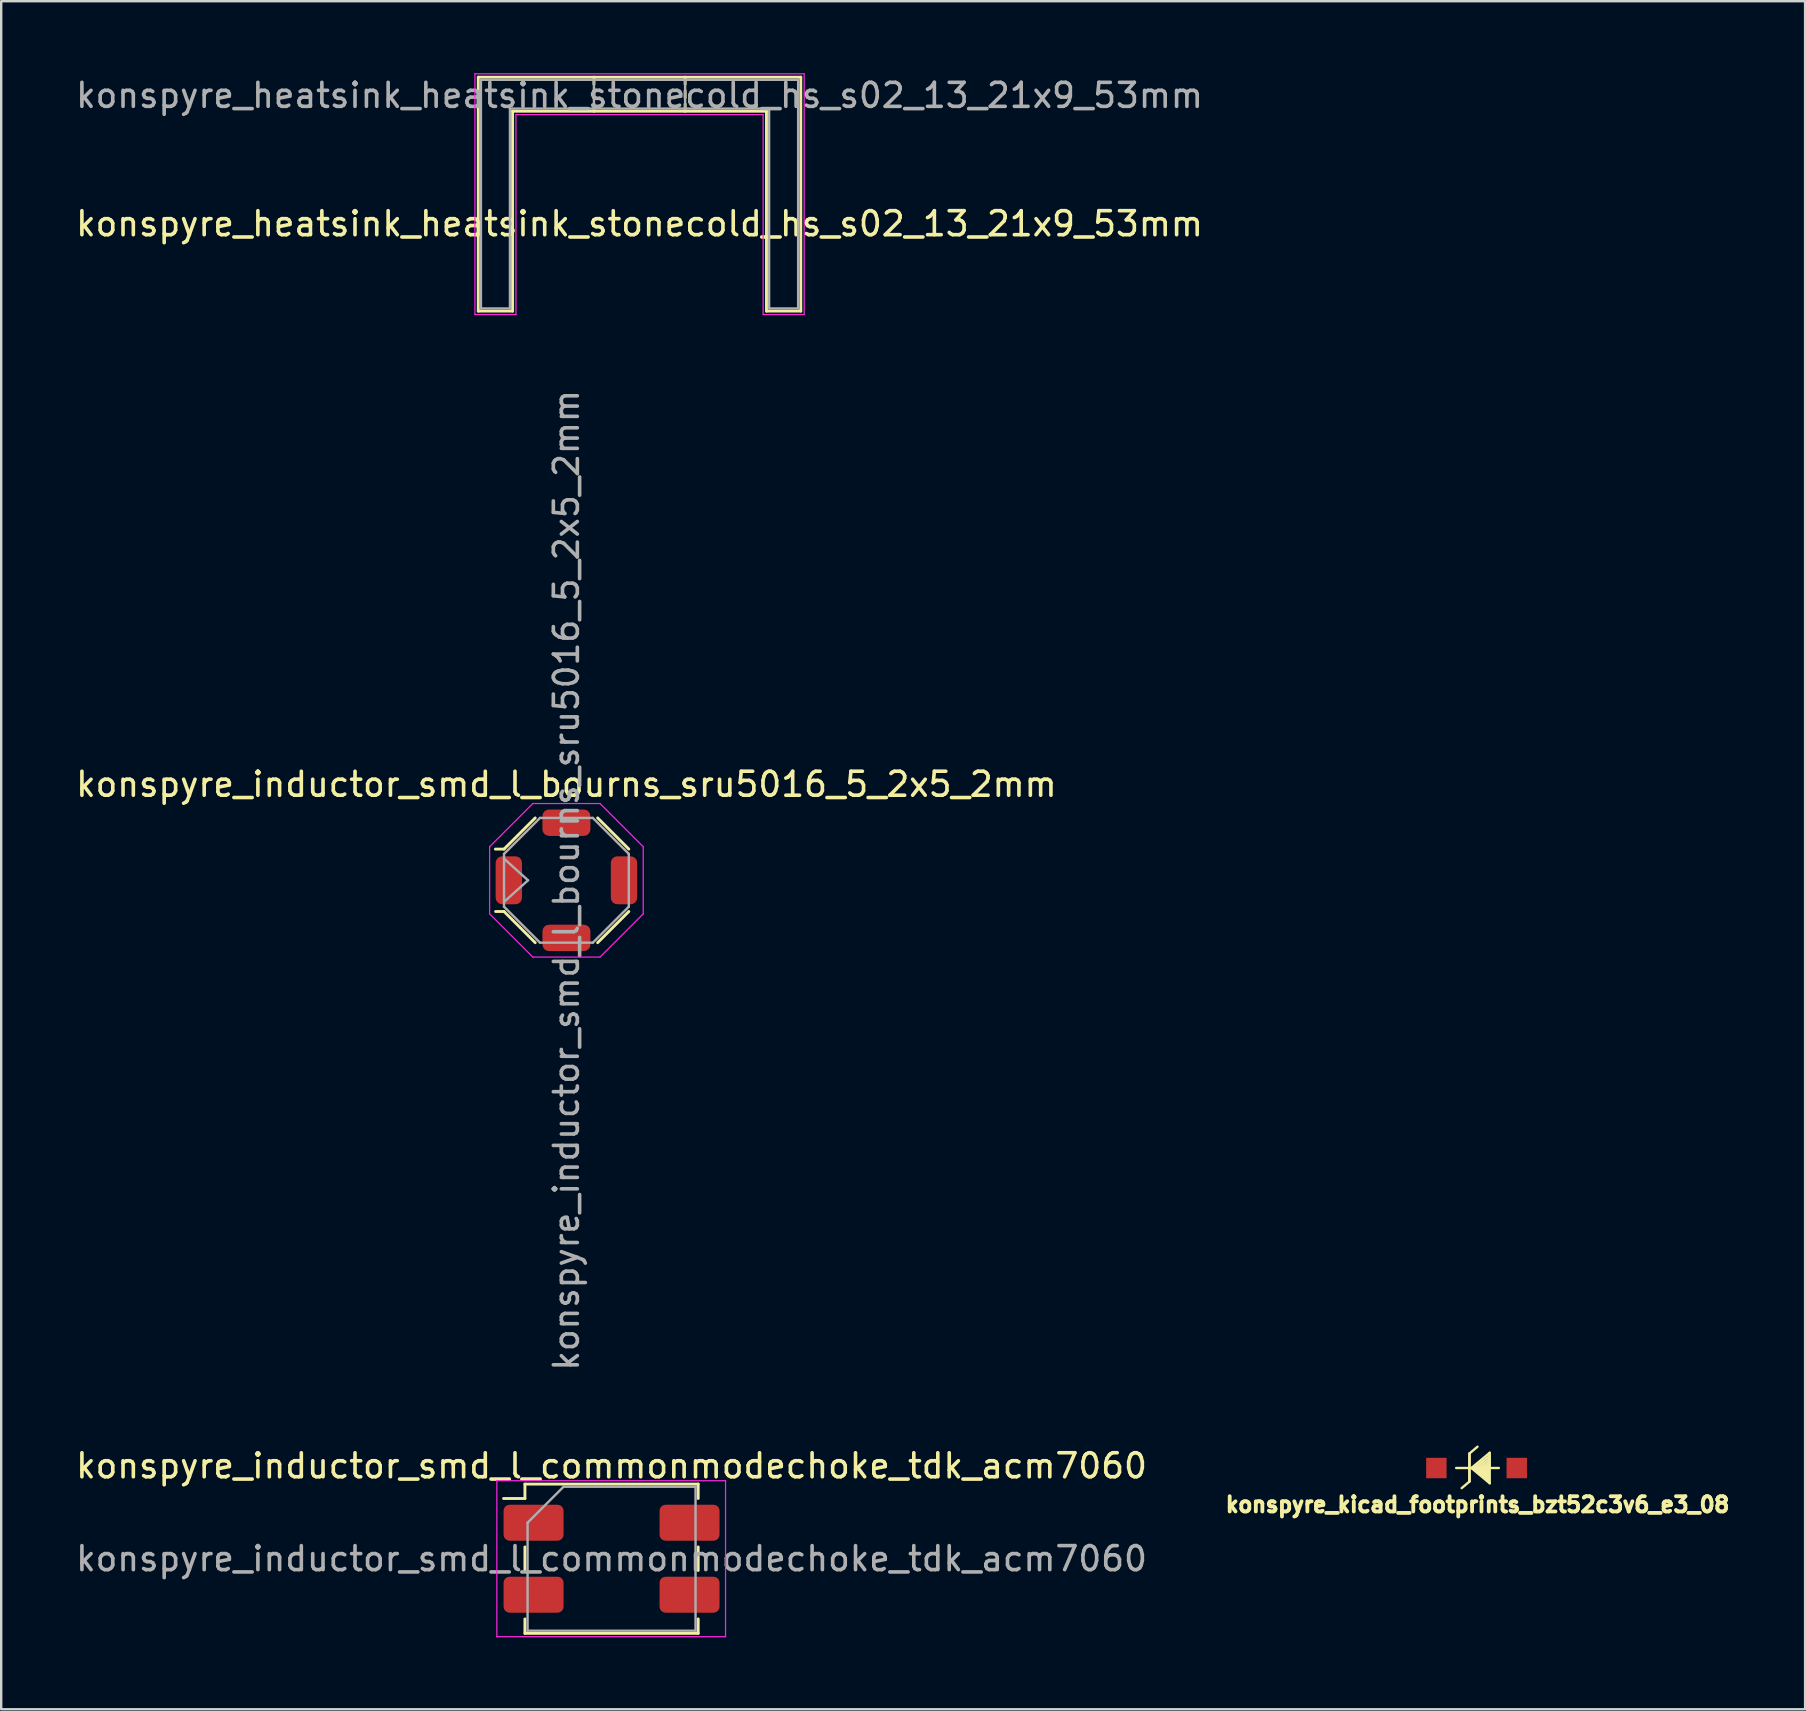
<source format=kicad_pcb>
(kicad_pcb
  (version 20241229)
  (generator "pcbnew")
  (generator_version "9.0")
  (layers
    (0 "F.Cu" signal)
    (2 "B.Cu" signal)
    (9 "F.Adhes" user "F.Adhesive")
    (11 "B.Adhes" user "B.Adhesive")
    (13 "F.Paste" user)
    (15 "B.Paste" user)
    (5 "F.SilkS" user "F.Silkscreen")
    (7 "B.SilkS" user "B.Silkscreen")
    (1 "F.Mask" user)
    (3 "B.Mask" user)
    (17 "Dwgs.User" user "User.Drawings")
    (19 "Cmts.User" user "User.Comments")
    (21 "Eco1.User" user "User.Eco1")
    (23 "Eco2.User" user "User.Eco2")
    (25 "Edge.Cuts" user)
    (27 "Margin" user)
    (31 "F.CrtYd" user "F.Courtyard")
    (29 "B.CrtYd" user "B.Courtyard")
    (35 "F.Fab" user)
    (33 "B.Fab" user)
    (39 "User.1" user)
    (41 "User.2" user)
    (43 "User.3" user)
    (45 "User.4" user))
  (footprint "konspyre_inductor_smd_l_bourns_sru5016_5_2x5_2mm"
    (layer "F.Cu")
    (at 20.554 33.634)
    (property "Reference" "konspyre_inductor_smd_l_bourns_sru5016_5_2x5_2mm" (at 0 -4 0) (unlocked yes) (layer "F.SilkS") (effects (font (size 1 1) (thickness 0.15))))
    (attr smd)
    (fp_line (start -2.6 -1.3) (end -2.96 -1.3) (stroke (width 0.12) (type solid)) (layer "F.SilkS"))
    (fp_line (start -2.6 -1.3) (end -1.3 -2.6) (stroke (width 0.12) (type solid)) (layer "F.SilkS"))
    (fp_line (start -2.6 1.3) (end -2.95 1.3) (stroke (width 0.12) (type solid)) (layer "F.SilkS"))
    (fp_line (start -1.3 2.6) (end -2.6 1.3) (stroke (width 0.12) (type solid)) (layer "F.SilkS"))
    (fp_line (start 1.3 -2.6) (end 2.6 -1.3) (stroke (width 0.12) (type solid)) (layer "F.SilkS"))
    (fp_line (start 1.3 2.6) (end 2.6 1.3) (stroke (width 0.12) (type solid)) (layer "F.SilkS"))
    (fp_line (start -3.2 1.4) (end -3.2 -1.4) (stroke (width 0.05) (type solid)) (layer "F.CrtYd"))
    (fp_line (start -3.2 1.4) (end -1.4 3.2) (stroke (width 0.05) (type solid)) (layer "F.CrtYd"))
    (fp_line (start -1.4 -3.2) (end -3.2 -1.4) (stroke (width 0.05) (type solid)) (layer "F.CrtYd"))
    (fp_line (start -1.4 -3.2) (end 1.4 -3.2) (stroke (width 0.05) (type solid)) (layer "F.CrtYd"))
    (fp_line (start 1.4 -3.2) (end 3.2 -1.4) (stroke (width 0.05) (type solid)) (layer "F.CrtYd"))
    (fp_line (start 1.4 3.2) (end -1.4 3.2) (stroke (width 0.05) (type solid)) (layer "F.CrtYd"))
    (fp_line (start 1.4 3.2) (end 3.2 1.4) (stroke (width 0.05) (type solid)) (layer "F.CrtYd"))
    (fp_line (start 3.2 -1.4) (end 3.2 1.4) (stroke (width 0.05) (type solid)) (layer "F.CrtYd"))
    (fp_line (start -2.6 -1.1) (end -1.1 -2.6) (stroke (width 0.1) (type solid)) (layer "F.Fab"))
    (fp_line (start -2.6 -0.9) (end -1.6 0) (stroke (width 0.1) (type solid)) (layer "F.Fab"))
    (fp_line (start -2.6 1.1) (end -2.6 -1.1) (stroke (width 0.1) (type solid)) (layer "F.Fab"))
    (fp_line (start -1.6 0) (end -2.6 0.9) (stroke (width 0.1) (type solid)) (layer "F.Fab"))
    (fp_line (start -1.1 -2.6) (end 1.1 -2.6) (stroke (width 0.1) (type solid)) (layer "F.Fab"))
    (fp_line (start -1.1 2.6) (end -2.6 1.1) (stroke (width 0.1) (type solid)) (layer "F.Fab"))
    (fp_line (start 1.1 -2.6) (end 2.6 -1.1) (stroke (width 0.1) (type solid)) (layer "F.Fab"))
    (fp_line (start 1.1 2.6) (end -1.1 2.6) (stroke (width 0.1) (type solid)) (layer "F.Fab"))
    (fp_line (start 2.6 -1.1) (end 2.6 1.1) (stroke (width 0.1) (type solid)) (layer "F.Fab"))
    (fp_line (start 2.6 1.1) (end 1.1 2.6) (stroke (width 0.1) (type solid)) (layer "F.Fab"))
    (fp_text user "${REFERENCE}" (at 0 0 90) (layer "F.Fab") (effects (font (size 1 1) (thickness 0.15))))
    (pad "1" smd roundrect (at -2.4 0) (size 1.1 2) (layers "F.Cu" "F.Mask" "F.Paste") (roundrect_rratio 0.25))
    (pad "2" smd roundrect (at 2.4 0) (size 1.1 2) (layers "F.Cu" "F.Mask" "F.Paste") (roundrect_rratio 0.25))
    (pad "MP" smd roundrect (at 0 -2.4 270) (size 1.1 2) (layers "F.Cu" "F.Mask" "F.Paste") (roundrect_rratio 0.25))
    (pad "MP" smd roundrect (at 0 2.4 90) (size 1.1 2) (layers "F.Cu" "F.Mask" "F.Paste") (roundrect_rratio 0.25)))
  (footprint "konspyre_inductor_smd_l_commonmodechoke_tdk_acm7060"
    (layer "F.Cu")
    (at 22.435 61.905)
    (property "Reference" "konspyre_inductor_smd_l_commonmodechoke_tdk_acm7060" (at 0 -3.87 0) (layer "F.SilkS") (effects (font (size 1 1) (thickness 0.15))))
    (attr smd)
    (fp_line (start -3.61 -3.11) (end 3.61 -3.11) (stroke (width 0.12) (type solid)) (layer "F.SilkS"))
    (fp_line (start -3.61 -2.51) (end -4.5 -2.51) (stroke (width 0.12) (type solid)) (layer "F.SilkS"))
    (fp_line (start -3.61 -2.51) (end -3.61 -3.11) (stroke (width 0.12) (type solid)) (layer "F.SilkS"))
    (fp_line (start -3.61 0.49) (end -3.61 -0.49) (stroke (width 0.12) (type solid)) (layer "F.SilkS"))
    (fp_line (start -3.61 3.11) (end -3.61 2.51) (stroke (width 0.12) (type solid)) (layer "F.SilkS"))
    (fp_line (start -3.61 3.11) (end 3.61 3.11) (stroke (width 0.12) (type solid)) (layer "F.SilkS"))
    (fp_line (start 3.61 -2.51) (end 3.61 -3.11) (stroke (width 0.12) (type solid)) (layer "F.SilkS"))
    (fp_line (start 3.61 0.49) (end 3.61 -0.49) (stroke (width 0.12) (type solid)) (layer "F.SilkS"))
    (fp_line (start 3.61 3.11) (end 3.61 2.51) (stroke (width 0.12) (type solid)) (layer "F.SilkS"))
    (fp_line (start -4.78 -3.25) (end 4.75 -3.25) (stroke (width 0.05) (type solid)) (layer "F.CrtYd"))
    (fp_line (start -4.78 3.25) (end -4.78 -3.25) (stroke (width 0.05) (type solid)) (layer "F.CrtYd"))
    (fp_line (start -4.78 3.25) (end 4.75 3.25) (stroke (width 0.05) (type solid)) (layer "F.CrtYd"))
    (fp_line (start 4.75 3.25) (end 4.75 -3.25) (stroke (width 0.05) (type solid)) (layer "F.CrtYd"))
    (fp_line (start -3.5 -1.5) (end -2 -3) (stroke (width 0.1) (type solid)) (layer "F.Fab"))
    (fp_line (start -3.5 3) (end -3.5 -1.5) (stroke (width 0.1) (type solid)) (layer "F.Fab"))
    (fp_line (start -2 -3) (end 3.5 -3) (stroke (width 0.1) (type solid)) (layer "F.Fab"))
    (fp_line (start 3.5 -3) (end 3.5 3) (stroke (width 0.1) (type solid)) (layer "F.Fab"))
    (fp_line (start 3.5 3) (end -3.5 3) (stroke (width 0.1) (type solid)) (layer "F.Fab"))
    (fp_text user "${REFERENCE}" (at 0 0 0) (layer "F.Fab") (effects (font (size 1 1) (thickness 0.15))))
    (pad "1" smd roundrect (at -3.25 -1.5) (size 2.5 1.5) (layers "F.Cu" "F.Mask" "F.Paste") (roundrect_rratio 0.167))
    (pad "2" smd roundrect (at -3.25 1.5) (size 2.5 1.5) (layers "F.Cu" "F.Mask" "F.Paste") (roundrect_rratio 0.167))
    (pad "3" smd roundrect (at 3.25 1.5) (size 2.5 1.5) (layers "F.Cu" "F.Mask" "F.Paste") (roundrect_rratio 0.167))
    (pad "4" smd roundrect (at 3.25 -1.5) (size 2.5 1.5) (layers "F.Cu" "F.Mask" "F.Paste") (roundrect_rratio 0.167)))
  (footprint "konspyre_heatsink_heatsink_stonecold_hs_s02_13_21x9_53mm"
    (layer "F.Cu")
    (at 23.601 0.275)
    (property "Reference" "konspyre_heatsink_heatsink_stonecold_hs_s02_13_21x9_53mm" (at 0 6 0) (layer "F.SilkS") (effects (font (size 1 1) (thickness 0.15))))
    (fp_line (start -6.72 -0.11) (end -6.72 9.64) (stroke (width 0.12) (type solid)) (layer "F.SilkS"))
    (fp_line (start -6.72 -0.11) (end 6.72 -0.11) (stroke (width 0.12) (type solid)) (layer "F.SilkS"))
    (fp_line (start -6.72 9.64) (end -5.29 9.64) (stroke (width 0.12) (type solid)) (layer "F.SilkS"))
    (fp_line (start -5.29 1.31) (end 5.29 1.31) (stroke (width 0.12) (type solid)) (layer "F.SilkS"))
    (fp_line (start -5.29 9.64) (end -5.29 1.31) (stroke (width 0.12) (type solid)) (layer "F.SilkS"))
    (fp_line (start -1.9 -0.11) (end -1.9 0.19) (stroke (width 0.12) (type solid)) (layer "F.SilkS"))
    (fp_line (start -1.9 0.45) (end -1.9 0.75) (stroke (width 0.12) (type solid)) (layer "F.SilkS"))
    (fp_line (start -1.9 1.01) (end -1.9 1.31) (stroke (width 0.12) (type solid)) (layer "F.SilkS"))
    (fp_line (start 1.9 -0.11) (end 1.9 0.19) (stroke (width 0.12) (type solid)) (layer "F.SilkS"))
    (fp_line (start 1.9 0.45) (end 1.9 0.75) (stroke (width 0.12) (type solid)) (layer "F.SilkS"))
    (fp_line (start 1.9 1.01) (end 1.9 1.31) (stroke (width 0.12) (type solid)) (layer "F.SilkS"))
    (fp_line (start 5.29 1.31) (end 5.29 9.64) (stroke (width 0.12) (type solid)) (layer "F.SilkS"))
    (fp_line (start 5.29 9.64) (end 6.72 9.64) (stroke (width 0.12) (type solid)) (layer "F.SilkS"))
    (fp_line (start 6.72 -0.11) (end 6.72 9.64) (stroke (width 0.12) (type solid)) (layer "F.SilkS"))
    (fp_line (start -6.86 -0.25) (end -6.86 9.78) (stroke (width 0.05) (type solid)) (layer "F.CrtYd"))
    (fp_line (start -6.86 -0.25) (end 6.86 -0.25) (stroke (width 0.05) (type solid)) (layer "F.CrtYd"))
    (fp_line (start -6.86 9.78) (end -5.15 9.78) (stroke (width 0.05) (type solid)) (layer "F.CrtYd"))
    (fp_line (start -5.15 1.45) (end -5.15 9.78) (stroke (width 0.05) (type solid)) (layer "F.CrtYd"))
    (fp_line (start -5.15 1.45) (end 5.15 1.45) (stroke (width 0.05) (type solid)) (layer "F.CrtYd"))
    (fp_line (start 5.15 1.45) (end 5.15 9.78) (stroke (width 0.05) (type solid)) (layer "F.CrtYd"))
    (fp_line (start 5.15 9.78) (end 6.86 9.78) (stroke (width 0.05) (type solid)) (layer "F.CrtYd"))
    (fp_line (start 6.86 -0.25) (end 6.86 9.78) (stroke (width 0.05) (type solid)) (layer "F.CrtYd"))
    (fp_line (start -6.61 0) (end -6.61 9.53) (stroke (width 0.1) (type solid)) (layer "F.Fab"))
    (fp_line (start -6.61 0) (end 6.61 0) (stroke (width 0.1) (type solid)) (layer "F.Fab"))
    (fp_line (start -6.61 9.53) (end -5.4 9.53) (stroke (width 0.1) (type solid)) (layer "F.Fab"))
    (fp_line (start -5.4 1.2) (end -5.4 9.53) (stroke (width 0.1) (type solid)) (layer "F.Fab"))
    (fp_line (start -5.4 1.2) (end 5.4 1.2) (stroke (width 0.1) (type solid)) (layer "F.Fab"))
    (fp_line (start -1.9 1.2) (end -1.9 0) (stroke (width 0.1) (type solid)) (layer "F.Fab"))
    (fp_line (start 1.9 1.2) (end 1.9 0) (stroke (width 0.1) (type solid)) (layer "F.Fab"))
    (fp_line (start 5.4 1.2) (end 5.4 9.53) (stroke (width 0.1) (type solid)) (layer "F.Fab"))
    (fp_line (start 5.4 9.53) (end 6.61 9.53) (stroke (width 0.1) (type solid)) (layer "F.Fab"))
    (fp_line (start 6.61 0) (end 6.61 9.53) (stroke (width 0.1) (type solid)) (layer "F.Fab"))
    (fp_text user "${REFERENCE}" (at 0 0.65 0) (layer "F.Fab") (effects (font (size 1 1) (thickness 0.15)))))
  (footprint "konspyre_kicad_footprints_bzt52c3v6_e3_08"
    (layer "F.Cu")
    (at 58.521 58.126)
    (property "Reference" "konspyre_kicad_footprints_bzt52c3v6_e3_08" (at 0 1.524 0) (layer "F.SilkS") (effects (font (size 0.635 0.635) (thickness 0.159))))
    (attr through_hole)
    (fp_line (start -0.381 0) (end -0.889 0) (stroke (width 0.1) (type solid)) (layer "F.SilkS"))
    (fp_line (start -0.34 -0.599) (end -0.34 0.551) (stroke (width 0.1) (type solid)) (layer "F.SilkS"))
    (fp_line (start -0.33 -0.61) (end 0 -0.889) (stroke (width 0.099) (type solid)) (layer "F.SilkS"))
    (fp_line (start -0.33 0.559) (end -0.66 0.838) (stroke (width 0.099) (type solid)) (layer "F.SilkS"))
    (fp_line (start -0.33 0.559) (end -0.33 -0.61) (stroke (width 0.099) (type solid)) (layer "F.SilkS"))
    (fp_line (start -0.254 0) (end 0.508 -0.635) (stroke (width 0.1) (type solid)) (layer "F.SilkS"))
    (fp_line (start -0.254 0) (end 0.508 0.635) (stroke (width 0.1) (type solid)) (layer "F.SilkS"))
    (fp_line (start -0.127 0.064) (end 0.064 0.064) (stroke (width 0.1) (type solid)) (layer "F.SilkS"))
    (fp_line (start 0 0) (end 0.508 -0.381) (stroke (width 0.1) (type solid)) (layer "F.SilkS"))
    (fp_line (start 0 0.191) (end 0 0.064) (stroke (width 0.1) (type solid)) (layer "F.SilkS"))
    (fp_line (start 0.064 0.254) (end 0.064 0.064) (stroke (width 0.1) (type solid)) (layer "F.SilkS"))
    (fp_line (start 0.127 0) (end 0.127 0.254) (stroke (width 0.1) (type solid)) (layer "F.SilkS"))
    (fp_line (start 0.191 0.318) (end 0.191 0.064) (stroke (width 0.1) (type solid)) (layer "F.SilkS"))
    (fp_line (start 0.254 0) (end 0.508 -0.127) (stroke (width 0.1) (type solid)) (layer "F.SilkS"))
    (fp_line (start 0.254 0.064) (end 0.254 0.381) (stroke (width 0.1) (type solid)) (layer "F.SilkS"))
    (fp_line (start 0.318 0.445) (end 0.318 0.064) (stroke (width 0.1) (type solid)) (layer "F.SilkS"))
    (fp_line (start 0.381 0) (end 0.381 0.508) (stroke (width 0.1) (type solid)) (layer "F.SilkS"))
    (fp_line (start 0.381 0) (end 0.508 -0.254) (stroke (width 0.1) (type solid)) (layer "F.SilkS"))
    (fp_line (start 0.445 0.064) (end 0.445 0.508) (stroke (width 0.1) (type solid)) (layer "F.SilkS"))
    (fp_line (start 0.508 -0.635) (end 0.508 0) (stroke (width 0.1) (type solid)) (layer "F.SilkS"))
    (fp_line (start 0.508 -0.508) (end -0.127 0) (stroke (width 0.1) (type solid)) (layer "F.SilkS"))
    (fp_line (start 0.508 -0.254) (end 0.127 0) (stroke (width 0.1) (type solid)) (layer "F.SilkS"))
    (fp_line (start 0.508 0) (end -0.254 0) (stroke (width 0.1) (type solid)) (layer "F.SilkS"))
    (fp_line (start 0.508 0) (end 0.889 0) (stroke (width 0.1) (type solid)) (layer "F.SilkS"))
    (fp_line (start 0.508 0.635) (end 0.508 0) (stroke (width 0.1) (type solid)) (layer "F.SilkS"))
    (pad "1" smd rect (at -1.714 0) (size 0.851 0.851) (layers "F.Cu" "F.Mask" "F.Paste"))
    (pad "2" smd rect (at 1.636 0) (size 0.851 0.851) (layers "F.Cu" "F.Mask" "F.Paste")))
  (gr_rect
    (start -3 -3)
    (end 72.173 68.18)
    (stroke (width 0.1) (type default))
    (fill no)
    (layer "Edge.Cuts")))
</source>
